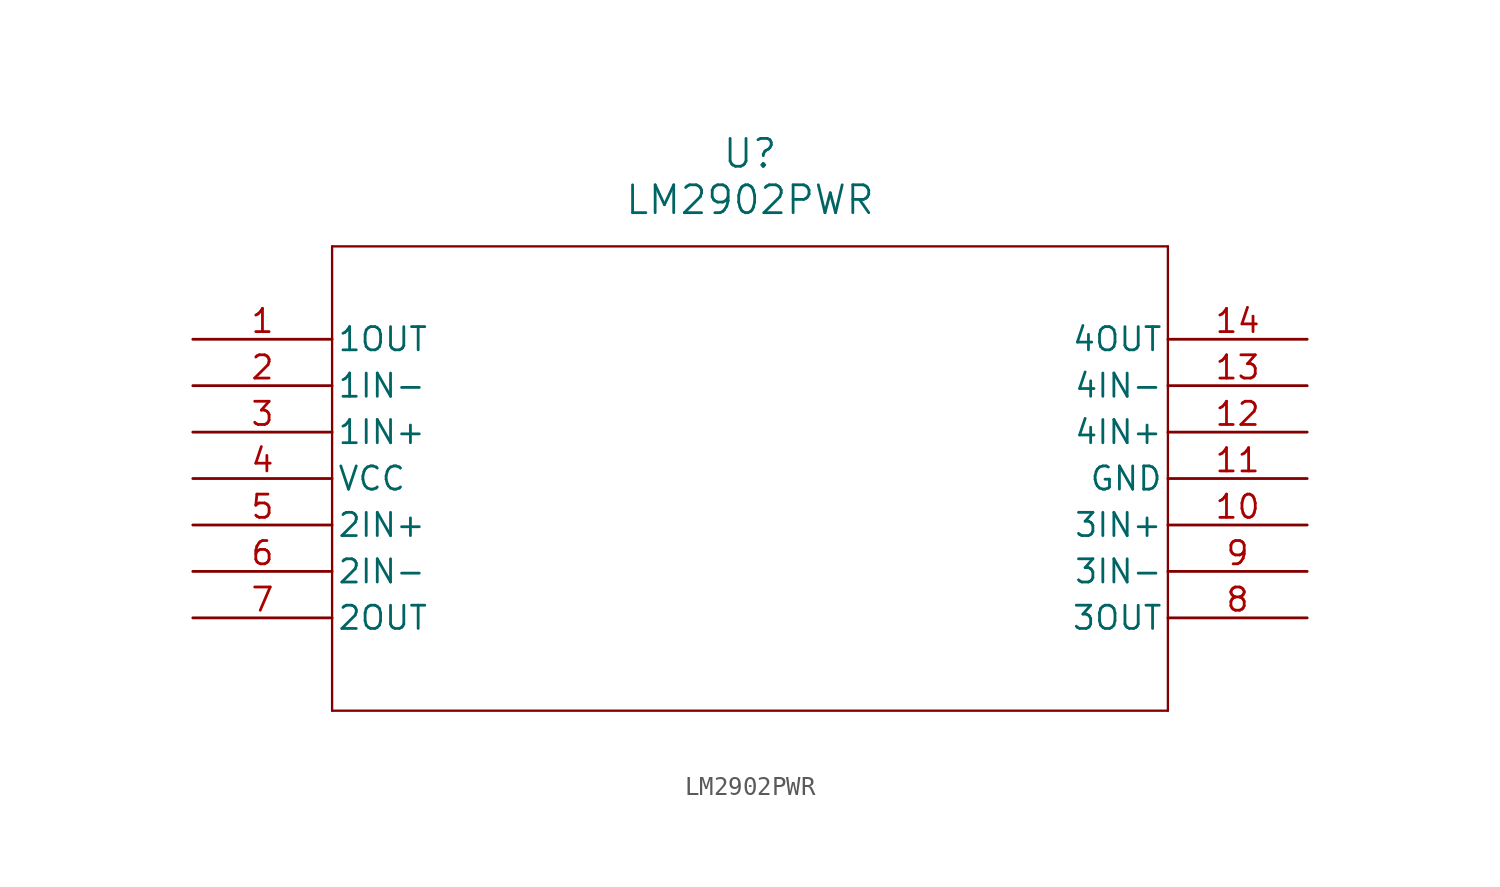
<source format=kicad_sym>
(kicad_symbol_lib
  (version 20211014)
  (generator kicad_symbol_editor)
  (symbol "LM2902PWR"
    (pin_names
      (offset 0.254))
    (property "Reference" "U"
      (at 30.48 10.16 0)
      (effects (font (size 1.524 1.524))))
    (property "Value" "LM2902PWR"
      (at 30.48 7.62 0)
      (effects (font (size 1.524 1.524))))
    (polyline
      (pts (xy 7.62 5.08) (xy 7.62 -20.32))
      (stroke (width 0.127) (type default) (color 0 0 0 0))
      (fill (type none)))
    (polyline
      (pts (xy 7.62 -20.32) (xy 53.34 -20.32))
      (stroke (width 0.127) (type default) (color 0 0 0 0))
      (fill (type none)))
    (polyline
      (pts (xy 53.34 -20.32) (xy 53.34 5.08))
      (stroke (width 0.127) (type default) (color 0 0 0 0))
      (fill (type none)))
    (polyline
      (pts (xy 53.34 5.08) (xy 7.62 5.08))
      (stroke (width 0.127) (type default) (color 0 0 0 0))
      (fill (type none)))
    (pin output line
      (at 0 0 0)
      (length 7.62)
      (name "1OUT" (effects (font (size 1.27 1.27))))
      (number "1" (effects (font (size 1.27 1.27)))))
    (pin input line
      (at 0 -2.54 0)
      (length 7.62)
      (name "1IN-" (effects (font (size 1.27 1.27))))
      (number "2" (effects (font (size 1.27 1.27)))))
    (pin input line
      (at 0 -5.08 0)
      (length 7.62)
      (name "1IN+" (effects (font (size 1.27 1.27))))
      (number "3" (effects (font (size 1.27 1.27)))))
    (pin power_in line
      (at 0 -7.62 0)
      (length 7.62)
      (name "VCC" (effects (font (size 1.27 1.27))))
      (number "4" (effects (font (size 1.27 1.27)))))
    (pin input line
      (at 0 -10.16 0)
      (length 7.62)
      (name "2IN+" (effects (font (size 1.27 1.27))))
      (number "5" (effects (font (size 1.27 1.27)))))
    (pin input line
      (at 0 -12.7 0)
      (length 7.62)
      (name "2IN-" (effects (font (size 1.27 1.27))))
      (number "6" (effects (font (size 1.27 1.27)))))
    (pin output line
      (at 0 -15.24 0)
      (length 7.62)
      (name "2OUT" (effects (font (size 1.27 1.27))))
      (number "7" (effects (font (size 1.27 1.27)))))
    (pin output line
      (at 60.96 -15.24 180)
      (length 7.62)
      (name "3OUT" (effects (font (size 1.27 1.27))))
      (number "8" (effects (font (size 1.27 1.27)))))
    (pin input line
      (at 60.96 -12.7 180)
      (length 7.62)
      (name "3IN-" (effects (font (size 1.27 1.27))))
      (number "9" (effects (font (size 1.27 1.27)))))
    (pin input line
      (at 60.96 -10.16 180)
      (length 7.62)
      (name "3IN+" (effects (font (size 1.27 1.27))))
      (number "10" (effects (font (size 1.27 1.27)))))
    (pin power_in line
      (at 60.96 -7.62 180)
      (length 7.62)
      (name "GND" (effects (font (size 1.27 1.27))))
      (number "11" (effects (font (size 1.27 1.27)))))
    (pin input line
      (at 60.96 -5.08 180)
      (length 7.62)
      (name "4IN+" (effects (font (size 1.27 1.27))))
      (number "12" (effects (font (size 1.27 1.27)))))
    (pin input line
      (at 60.96 -2.54 180)
      (length 7.62)
      (name "4IN-" (effects (font (size 1.27 1.27))))
      (number "13" (effects (font (size 1.27 1.27)))))
    (pin output line
      (at 60.96 0 180)
      (length 7.62)
      (name "4OUT" (effects (font (size 1.27 1.27))))
      (number "14" (effects (font (size 1.27 1.27)))))))
</source>
